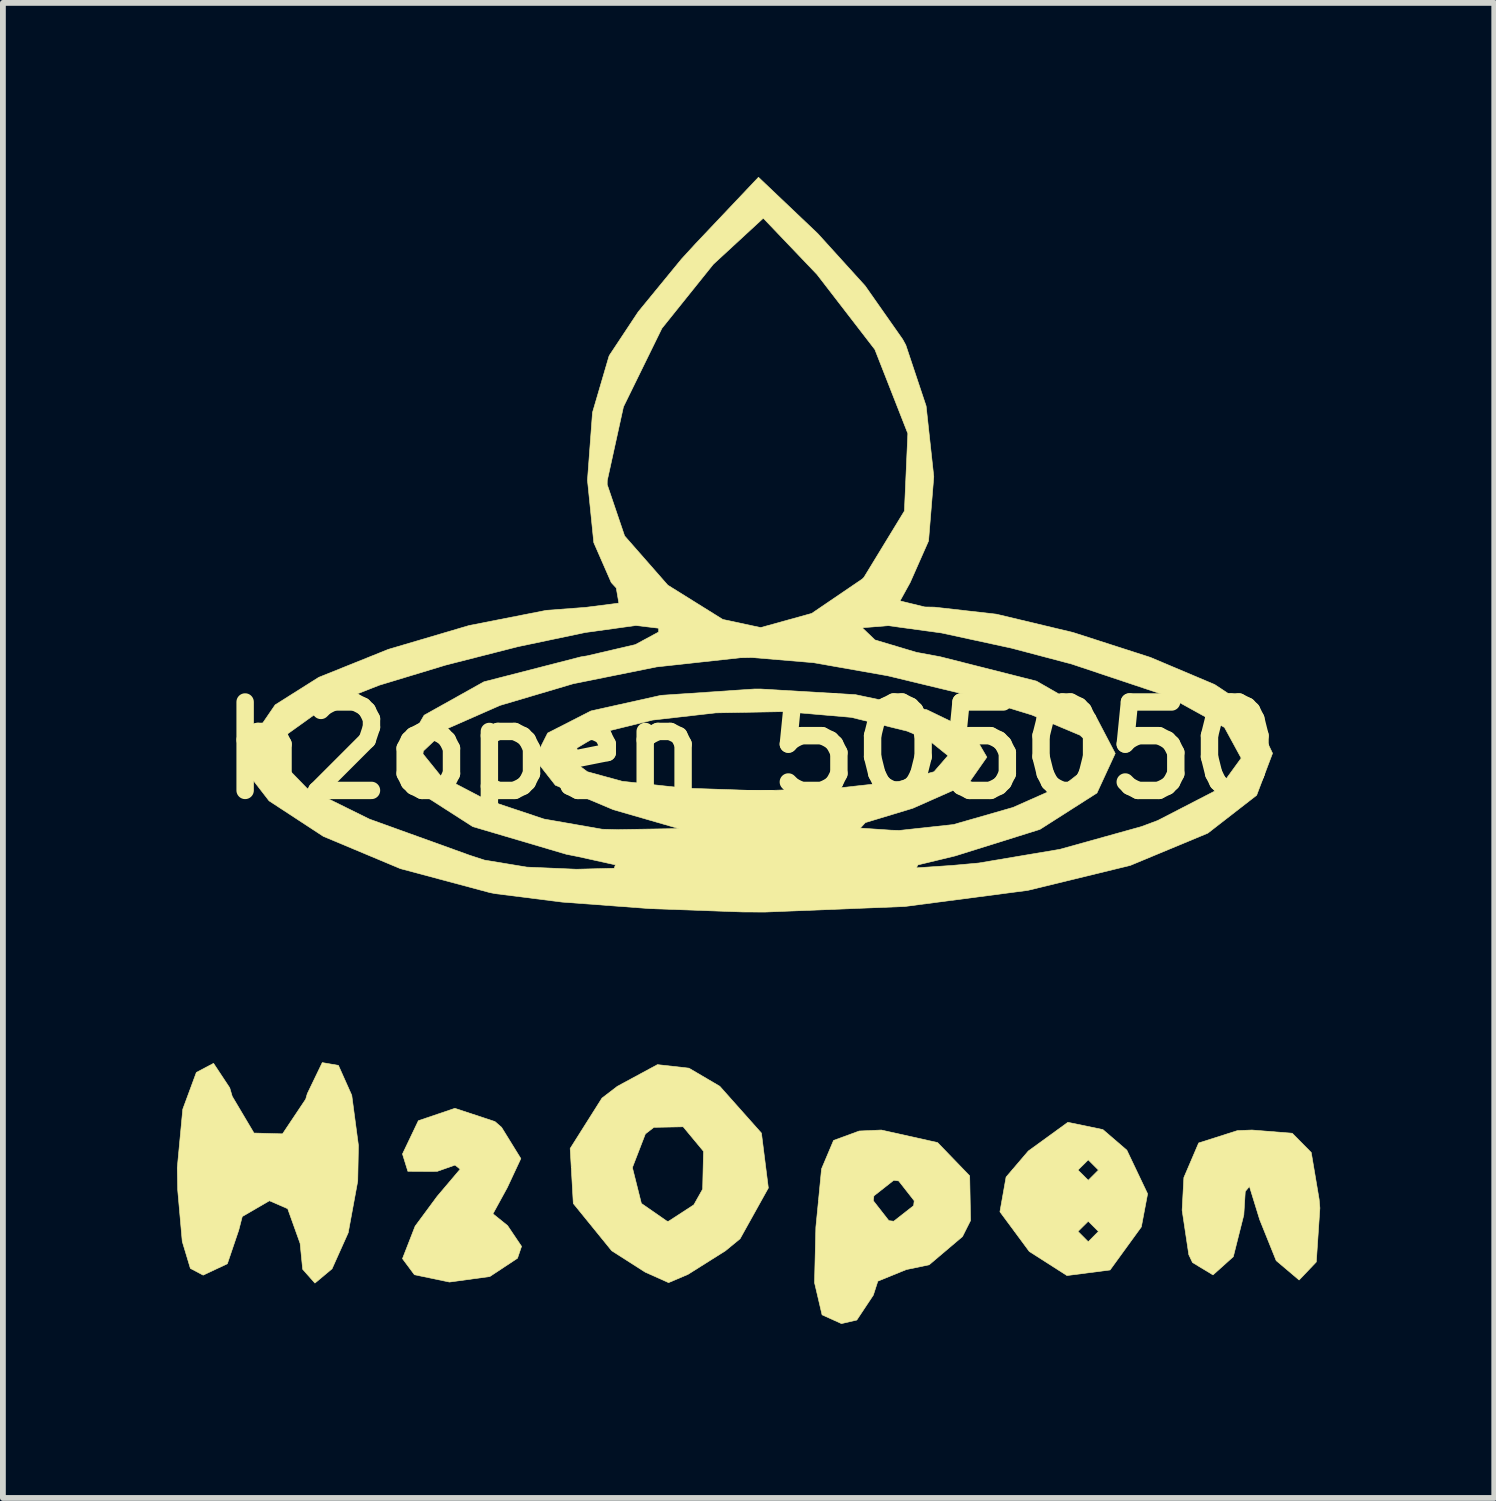
<source format=kicad_pcb>
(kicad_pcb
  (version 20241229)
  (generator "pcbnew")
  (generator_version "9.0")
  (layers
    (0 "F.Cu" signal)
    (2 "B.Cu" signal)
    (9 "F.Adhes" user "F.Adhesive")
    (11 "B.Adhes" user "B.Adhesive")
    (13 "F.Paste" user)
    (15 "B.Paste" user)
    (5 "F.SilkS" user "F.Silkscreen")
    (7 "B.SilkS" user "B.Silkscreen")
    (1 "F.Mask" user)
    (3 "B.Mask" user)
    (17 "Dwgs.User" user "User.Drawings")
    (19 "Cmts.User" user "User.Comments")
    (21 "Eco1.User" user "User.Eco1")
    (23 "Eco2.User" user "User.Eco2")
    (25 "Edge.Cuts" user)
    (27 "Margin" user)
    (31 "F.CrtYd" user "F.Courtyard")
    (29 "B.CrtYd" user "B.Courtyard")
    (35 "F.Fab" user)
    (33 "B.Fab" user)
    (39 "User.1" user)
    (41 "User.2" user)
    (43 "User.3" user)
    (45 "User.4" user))
  (footprint "h2open_505050"
    (layer "F.Cu")
    (at 9.883 9.882)
    (property "Reference" "h2open_505050" (at 0 0 0) (layer "F.SilkS") (effects (font (size 1.524 1.524) (thickness 0.3))))
    (attr through_hole)
    (fp_poly (pts (xy 9.337 6.598) (xy 9.664 6.929) (xy 9.8 7.736) (xy 9.813 7.887) (xy 9.751 8.816) (xy 9.455 9.127) (xy 9.06 8.793) (xy 8.776 8.088) (xy 8.599 7.514) (xy 8.527 7.601) (xy 8.502 8.005) (xy 8.321 8.725) (xy 7.971 9.039) (xy 7.618 8.826) (xy 7.554 8.691) (xy 7.439 7.924) (xy 7.469 7.361) (xy 7.724 6.765) (xy 8.392 6.552) (xy 8.643 6.542) (xy 9.337 6.598)) (stroke (width 0.01) (type solid)) (fill yes) (layer "F.SilkS"))
    (fp_poly (pts (xy -4.404 6.396) (xy -4.289 6.496) (xy -3.957 7.034) (xy -4.19 7.533) (xy -4.438 7.986) (xy -4.186 8.189) (xy -3.945 8.547) (xy -4.015 8.752) (xy -4.492 9.067) (xy -5.188 9.162) (xy -5.791 9.036) (xy -5.997 8.759) (xy -5.779 8.199) (xy -5.4 7.686) (xy -5.003 7.217) (xy -5.091 7.146) (xy -5.4 7.255) (xy -5.904 7.254) (xy -5.997 6.955) (xy -5.723 6.381) (xy -5.094 6.168) (xy -4.404 6.396)) (stroke (width 0.01) (type solid)) (fill yes) (layer "F.SilkS"))
    (fp_poly (pts (xy 6.073 6.534) (xy 6.486 6.889) (xy 6.844 7.641) (xy 6.736 8.212) (xy 6.197 8.954) (xy 5.454 9.05) (xy 4.805 8.635) (xy 4.55 8.29) (xy 5.644 8.29) (xy 5.821 8.467) (xy 5.997 8.29) (xy 5.821 8.114) (xy 5.644 8.29) (xy 4.55 8.29) (xy 4.299 7.951) (xy 4.405 7.353) (xy 4.508 7.232) (xy 5.644 7.232) (xy 5.821 7.408) (xy 5.997 7.232) (xy 5.821 7.056) (xy 5.644 7.232) (xy 4.508 7.232) (xy 4.788 6.904) (xy 5.47 6.409) (xy 6.073 6.534)) (stroke (width 0.01) (type solid)) (fill yes) (layer "F.SilkS"))
    (fp_poly (pts (xy -1.06 5.476) (xy -0.529 5.788) (xy 0.189 6.595) (xy 0.308 7.541) (xy -0.179 8.416) (xy -0.431 8.623) (xy -1.077 9.03) (xy -1.411 9.172) (xy -1.815 8.991) (xy -2.391 8.623) (xy -3.053 7.808) (xy -3.088 7.189) (xy -2.035 7.189) (xy -1.88 7.807) (xy -1.439 8.113) (xy -1.411 8.114) (xy -0.976 7.831) (xy -0.824 7.561) (xy -0.809 6.909) (xy -1.16 6.486) (xy -1.665 6.496) (xy -1.811 6.609) (xy -2.035 7.189) (xy -3.088 7.189) (xy -3.107 6.86) (xy -2.559 5.992) (xy -2.293 5.788) (xy -1.603 5.415) (xy -1.06 5.476)) (stroke (width 0.01) (type solid)) (fill yes) (layer "F.SilkS"))
    (fp_poly (pts (xy 3.224 6.758) (xy 3.778 7.332) (xy 3.793 8.102) (xy 3.654 8.378) (xy 3.079 8.865) (xy 2.685 8.947) (xy 2.195 9.147) (xy 2.117 9.388) (xy 1.832 9.817) (xy 1.568 9.878) (xy 1.234 9.727) (xy 1.104 9.173) (xy 1.127 8.218) (xy 1.172 7.761) (xy 2.117 7.761) (xy 2.385 8.104) (xy 2.469 8.114) (xy 2.812 7.845) (xy 2.822 7.761) (xy 2.554 7.419) (xy 2.469 7.408) (xy 2.127 7.677) (xy 2.117 7.761) (xy 1.172 7.761) (xy 1.225 7.211) (xy 1.432 6.721) (xy 1.874 6.559) (xy 2.254 6.542) (xy 3.224 6.758)) (stroke (width 0.01) (type solid)) (fill yes) (layer "F.SilkS"))
    (fp_poly (pts (xy -7.101 5.428) (xy -6.871 5.943) (xy -6.756 6.809) (xy -6.768 7.421) (xy -6.932 8.312) (xy -7.211 8.934) (xy -7.506 9.18) (xy -7.717 8.942) (xy -7.761 8.496) (xy -7.975 7.898) (xy -8.29 7.761) (xy -8.758 8.033) (xy -8.819 8.269) (xy -9.015 8.847) (xy -9.432 9.043) (xy -9.652 8.927) (xy -9.792 8.463) (xy -9.871 7.57) (xy -9.878 7.194) (xy -9.783 6.183) (xy -9.549 5.549) (xy -9.253 5.393) (xy -8.974 5.815) (xy -8.931 5.962) (xy -8.556 6.594) (xy -8.064 6.608) (xy -7.665 6.011) (xy -7.637 5.915) (xy -7.379 5.38) (xy -7.101 5.428)) (stroke (width 0.01) (type solid)) (fill yes) (layer "F.SilkS"))
    (fp_poly (pts (xy 1.159 -8.907) (xy 1.976 -8.006) (xy 2.623 -7.084) (xy 2.677 -6.985) (xy 3.027 -5.935) (xy 3.159 -4.717) (xy 3.069 -3.61) (xy 2.752 -2.893) (xy 2.577 -2.576) (xy 3.005 -2.472) (xy 3.169 -2.469) (xy 4.237 -2.348) (xy 5.557 -2.033) (xy 6.892 -1.603) (xy 8 -1.135) (xy 8.635 -0.715) (xy 8.997 0.05) (xy 8.723 0.773) (xy 7.882 1.426) (xy 6.545 1.982) (xy 4.78 2.412) (xy 2.658 2.69) (xy 0.247 2.786) (xy -0.136 2.784) (xy -1.723 2.727) (xy -3.245 2.614) (xy -4.399 2.468) (xy -4.492 2.45) (xy -6.034 2.037) (xy -7.361 1.481) (xy -8.296 0.869) (xy -8.63 0.437) (xy -8.605 0.178) (xy -8.104 0.178) (xy -7.643 0.653) (xy -6.567 1.184) (xy -4.84 1.807) (xy -4.586 1.89) (xy -3.855 2.011) (xy -2.999 2.048) (xy -2.348 2.031) (xy -2.328 1.972) (xy -2.965 1.831) (xy -3.175 1.789) (xy -4.786 1.313) (xy -5.727 0.709) (xy -5.998 0.06) (xy -5.644 0.06) (xy -5.335 0.443) (xy -4.562 0.847) (xy -3.558 1.183) (xy -2.557 1.358) (xy -2.293 1.365) (xy -1.235 1.347) (xy -2.364 1.021) (xy -3.362 0.6) (xy -3.719 0.144) (xy -3.625 -0.041) (xy -2.992 -0.041) (xy -2.926 0.282) (xy -2.81 0.368) (xy -2.212 0.532) (xy -1.14 0.65) (xy 0.173 0.695) (xy 0.176 0.695) (xy 1.49 0.65) (xy 2.563 0.533) (xy 3.162 0.368) (xy 3.163 0.368) (xy 3.404 0.09) (xy 3.068 -0.18) (xy 2.699 -0.333) (xy 1.737 -0.57) (xy 0.591 -0.669) (xy -0.598 -0.647) (xy -1.686 -0.523) (xy -2.531 -0.315) (xy -2.992 -0.041) (xy -3.625 -0.041) (xy -3.495 -0.299) (xy -2.749 -0.68) (xy -1.542 -0.949) (xy 0.067 -1.058) (xy 0.176 -1.058) (xy 1.808 -0.961) (xy 3.041 -0.7) (xy 3.816 -0.325) (xy 4.074 0.116) (xy 3.754 0.573) (xy 2.797 0.997) (xy 2.717 1.021) (xy 1.98 1.244) (xy 1.893 1.339) (xy 2.427 1.375) (xy 2.569 1.379) (xy 3.497 1.278) (xy 4.524 0.983) (xy 5.417 0.587) (xy 5.942 0.181) (xy 5.997 0.033) (xy 5.679 -0.262) (xy 4.846 -0.612) (xy 3.681 -0.969) (xy 2.367 -1.286) (xy 1.088 -1.512) (xy 0.026 -1.601) (xy -0.176 -1.597) (xy -1.619 -1.439) (xy -3.055 -1.149) (xy -4.315 -0.776) (xy -5.232 -0.373) (xy -5.638 0.011) (xy -5.644 0.06) (xy -5.998 0.06) (xy -6.003 0.047) (xy -5.624 -0.606) (xy -4.594 -1.182) (xy -2.923 -1.612) (xy -2.817 -1.629) (xy -1.985 -1.823) (xy -1.583 -2.04) (xy -1.581 -2.106) (xy 1.934 -2.106) (xy 2.145 -1.904) (xy 2.86 -1.69) (xy 3.27 -1.614) (xy 4.929 -1.194) (xy 5.937 -0.615) (xy 6.286 0.052) (xy 5.971 0.734) (xy 4.988 1.361) (xy 3.528 1.818) (xy 2.886 1.973) (xy 2.858 2.024) (xy 3.481 1.982) (xy 3.932 1.941) (xy 5.331 1.705) (xy 6.738 1.313) (xy 7.019 1.208) (xy 8.071 0.665) (xy 8.457 0.133) (xy 8.169 -0.396) (xy 7.198 -0.933) (xy 5.534 -1.489) (xy 4.497 -1.763) (xy 3.288 -2.025) (xy 2.374 -2.15) (xy 1.941 -2.115) (xy 1.934 -2.106) (xy -1.581 -2.106) (xy -1.975 -2.153) (xy -2.847 -2.032) (xy -4.004 -1.789) (xy -5.251 -1.471) (xy -6.396 -1.124) (xy -7.242 -0.792) (xy -7.332 -0.747) (xy -7.988 -0.277) (xy -8.104 0.178) (xy -8.605 0.178) (xy -8.564 -0.24) (xy -8.191 -0.785) (xy -7.44 -1.259) (xy -6.242 -1.741) (xy -4.85 -2.152) (xy -3.517 -2.414) (xy -2.84 -2.465) (xy -2.268 -2.538) (xy -2.313 -2.8) (xy -2.399 -2.893) (xy -2.7 -3.581) (xy -2.801 -4.581) (xy -2.469 -4.581) (xy -2.169 -3.696) (xy -1.425 -2.848) (xy -0.477 -2.257) (xy 0.176 -2.117) (xy 1.056 -2.361) (xy 1.926 -2.953) (xy 1.956 -2.983) (xy 2.653 -4.126) (xy 2.712 -5.461) (xy 2.144 -6.909) (xy 1.147 -8.202) (xy 0.221 -9.172) (xy -0.64 -8.378) (xy -1.526 -7.274) (xy -2.189 -5.921) (xy -2.468 -4.651) (xy -2.469 -4.581) (xy -2.801 -4.581) (xy -2.809 -4.655) (xy -2.722 -5.824) (xy -2.438 -6.793) (xy -2.427 -6.814) (xy -1.935 -7.557) (xy -1.19 -8.466) (xy -0.947 -8.731) (xy 0.138 -9.877) (xy 1.159 -8.907)) (stroke (width 0.01) (type solid)) (fill yes) (layer "F.SilkS")))
  (gr_rect
    (start -3 -3)
    (end 22.701 22.765)
    (stroke (width 0.1) (type default))
    (fill no)
    (layer "Edge.Cuts")))
</source>
